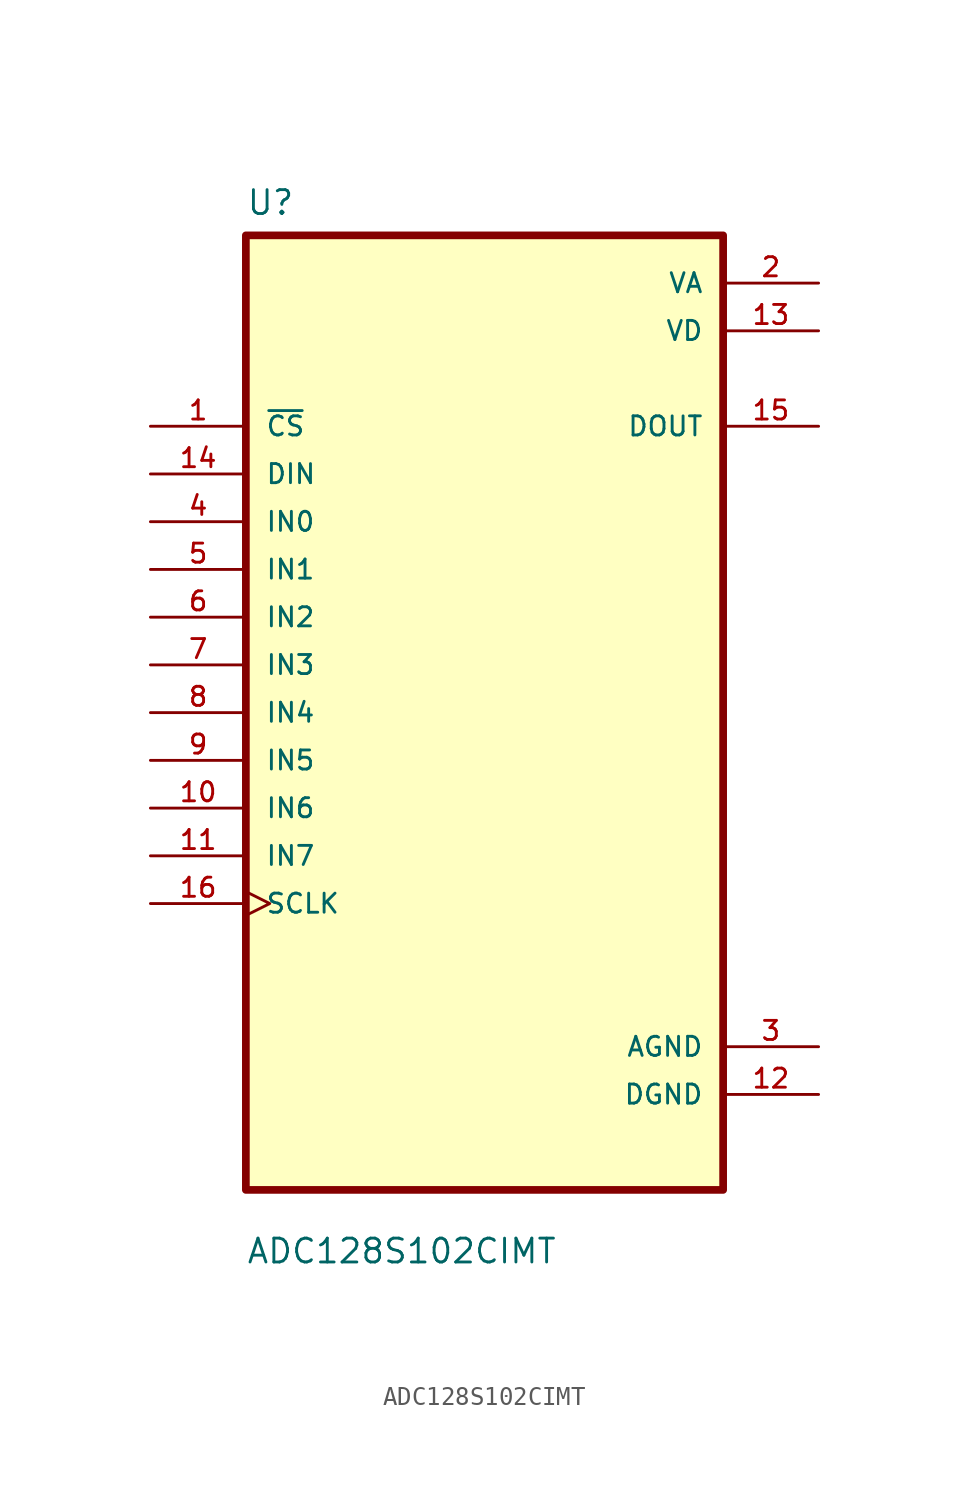
<source format=kicad_sym>
(kicad_symbol_lib
  (version 20211014)
  (generator kicad_symbol_editor)
  (symbol "ADC128S102CIMT"
    (pin_names
      (offset 1.016))
    (property "Reference" "U"
      (at -12.7 26.4 0.0)
      (effects (font (size 1.27 1.27)) (justify bottom left)))
    (property "Value" "ADC128S102CIMT"
      (at -12.7 -29.4 0.0)
      (effects (font (size 1.27 1.27)) (justify bottom left)))
    (symbol "ADC128S102CIMT_0_0"
      (rectangle (start -12.7 -25.4) (end 12.7 25.4) (stroke (width 0.41)) (fill (type background)))
      (pin input line (at -17.78 15.24 0) (length 5.08) (name "~{CS}" (effects (font (size 1.016 1.016)))) (number "1" (effects (font (size 1.016 1.016)))))
      (pin input line (at -17.78 12.7 0) (length 5.08) (name "DIN" (effects (font (size 1.016 1.016)))) (number "14" (effects (font (size 1.016 1.016)))))
      (pin input line (at -17.78 10.16 0) (length 5.08) (name "IN0" (effects (font (size 1.016 1.016)))) (number "4" (effects (font (size 1.016 1.016)))))
      (pin input line (at -17.78 7.62 0) (length 5.08) (name "IN1" (effects (font (size 1.016 1.016)))) (number "5" (effects (font (size 1.016 1.016)))))
      (pin input line (at -17.78 5.08 0) (length 5.08) (name "IN2" (effects (font (size 1.016 1.016)))) (number "6" (effects (font (size 1.016 1.016)))))
      (pin input line (at -17.78 2.54 0) (length 5.08) (name "IN3" (effects (font (size 1.016 1.016)))) (number "7" (effects (font (size 1.016 1.016)))))
      (pin input line (at -17.78 0.0 0) (length 5.08) (name "IN4" (effects (font (size 1.016 1.016)))) (number "8" (effects (font (size 1.016 1.016)))))
      (pin input line (at -17.78 -2.54 0) (length 5.08) (name "IN5" (effects (font (size 1.016 1.016)))) (number "9" (effects (font (size 1.016 1.016)))))
      (pin input line (at -17.78 -5.08 0) (length 5.08) (name "IN6" (effects (font (size 1.016 1.016)))) (number "10" (effects (font (size 1.016 1.016)))))
      (pin input line (at -17.78 -7.62 0) (length 5.08) (name "IN7" (effects (font (size 1.016 1.016)))) (number "11" (effects (font (size 1.016 1.016)))))
      (pin input clock (at -17.78 -10.16 0) (length 5.08) (name "SCLK" (effects (font (size 1.016 1.016)))) (number "16" (effects (font (size 1.016 1.016)))))
      (pin power_in line (at 17.78 22.86 180.0) (length 5.08) (name "VA" (effects (font (size 1.016 1.016)))) (number "2" (effects (font (size 1.016 1.016)))))
      (pin power_in line (at 17.78 20.32 180.0) (length 5.08) (name "VD" (effects (font (size 1.016 1.016)))) (number "13" (effects (font (size 1.016 1.016)))))
      (pin output line (at 17.78 15.24 180.0) (length 5.08) (name "DOUT" (effects (font (size 1.016 1.016)))) (number "15" (effects (font (size 1.016 1.016)))))
      (pin power_in line (at 17.78 -17.78 180.0) (length 5.08) (name "AGND" (effects (font (size 1.016 1.016)))) (number "3" (effects (font (size 1.016 1.016)))))
      (pin power_in line (at 17.78 -20.32 180.0) (length 5.08) (name "DGND" (effects (font (size 1.016 1.016)))) (number "12" (effects (font (size 1.016 1.016))))))))
</source>
